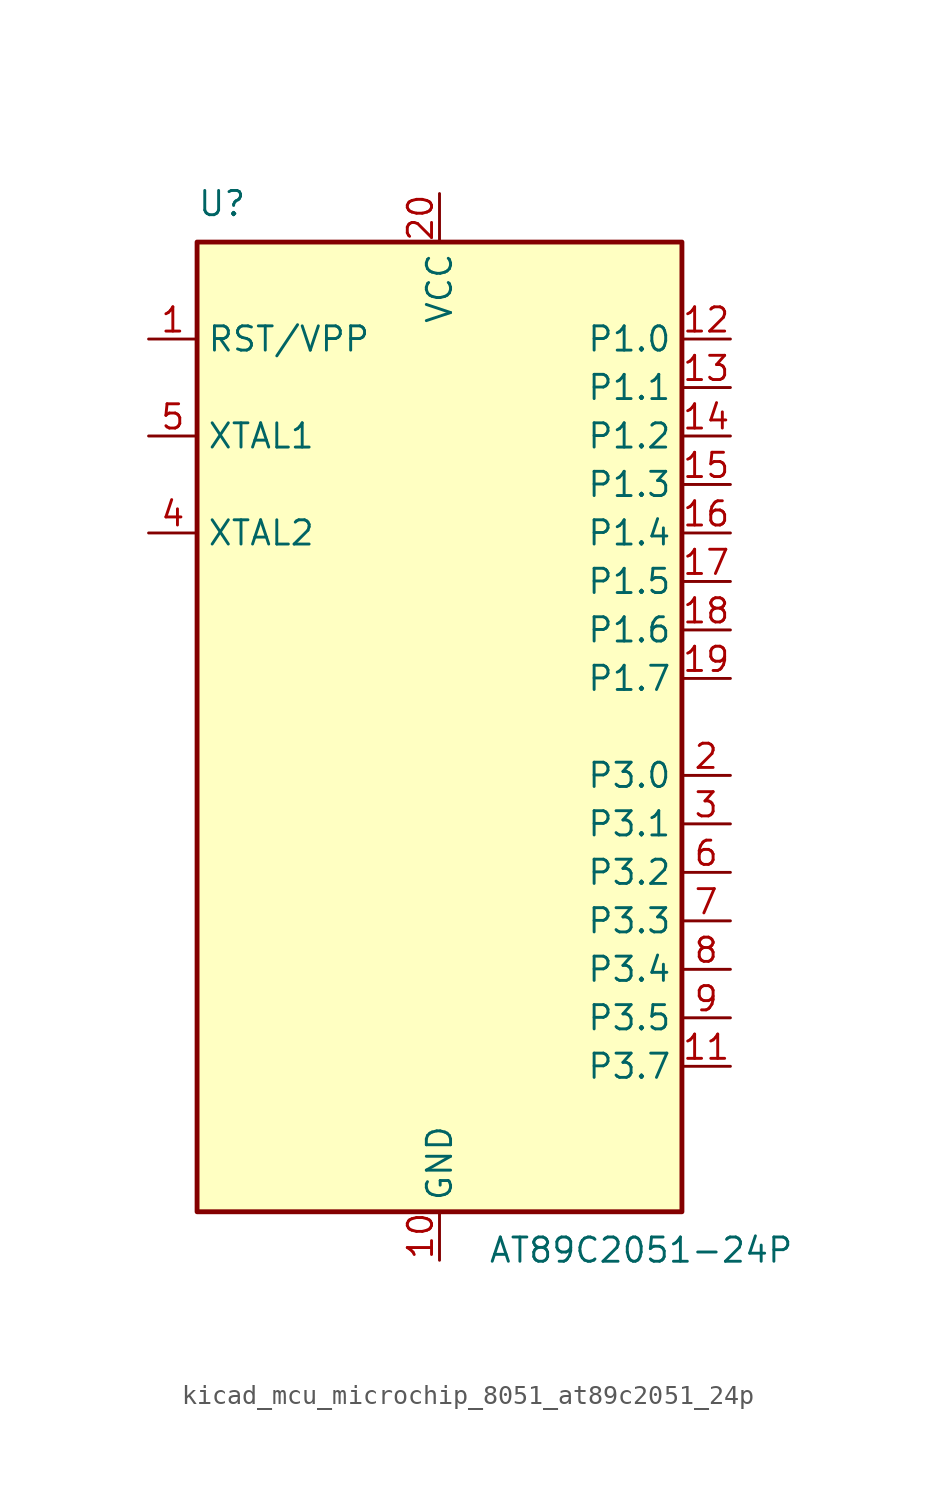
<source format=kicad_sym>
(kicad_symbol_lib
  (version 20220914)
  (generator kicad_symbol_editor)
  (symbol "kicad_mcu_microchip_8051_at89c2051_24p"
    (property "Reference" "U"
      (at -12.7 26.67 0)
      (effects (font (size 1.27 1.27)) (justify left bottom)))
    (property "Value" "AT89C2051-24P"
      (at 2.54 -26.67 0)
      (effects (font (size 1.27 1.27)) (justify left top)))
    (symbol "kicad_mcu_microchip_8051_at89c2051_24p_0_1"
      (rectangle (start -12.7 -25.4) (end 12.7 25.4) (stroke (width 0.254) (type default)) (fill (type background))))
    (symbol "kicad_mcu_microchip_8051_at89c2051_24p_1_1"
      (pin input line (at -15.24 20.32 0) (length 2.54) (name "RST/VPP" (effects (font (size 1.27 1.27)))) (number "1" (effects (font (size 1.27 1.27)))))
      (pin power_in line (at 0 -27.94 90) (length 2.54) (name "GND" (effects (font (size 1.27 1.27)))) (number "10" (effects (font (size 1.27 1.27)))))
      (pin bidirectional line (at 15.24 -17.78 180) (length 2.54) (name "P3.7" (effects (font (size 1.27 1.27)))) (number "11" (effects (font (size 1.27 1.27)))))
      (pin bidirectional line (at 15.24 20.32 180) (length 2.54) (name "P1.0" (effects (font (size 1.27 1.27)))) (number "12" (effects (font (size 1.27 1.27)))))
      (pin bidirectional line (at 15.24 17.78 180) (length 2.54) (name "P1.1" (effects (font (size 1.27 1.27)))) (number "13" (effects (font (size 1.27 1.27)))))
      (pin bidirectional line (at 15.24 15.24 180) (length 2.54) (name "P1.2" (effects (font (size 1.27 1.27)))) (number "14" (effects (font (size 1.27 1.27)))))
      (pin bidirectional line (at 15.24 12.7 180) (length 2.54) (name "P1.3" (effects (font (size 1.27 1.27)))) (number "15" (effects (font (size 1.27 1.27)))))
      (pin bidirectional line (at 15.24 10.16 180) (length 2.54) (name "P1.4" (effects (font (size 1.27 1.27)))) (number "16" (effects (font (size 1.27 1.27)))))
      (pin bidirectional line (at 15.24 7.62 180) (length 2.54) (name "P1.5" (effects (font (size 1.27 1.27)))) (number "17" (effects (font (size 1.27 1.27)))))
      (pin bidirectional line (at 15.24 5.08 180) (length 2.54) (name "P1.6" (effects (font (size 1.27 1.27)))) (number "18" (effects (font (size 1.27 1.27)))))
      (pin bidirectional line (at 15.24 2.54 180) (length 2.54) (name "P1.7" (effects (font (size 1.27 1.27)))) (number "19" (effects (font (size 1.27 1.27)))))
      (pin bidirectional line (at 15.24 -2.54 180) (length 2.54) (name "P3.0" (effects (font (size 1.27 1.27)))) (number "2" (effects (font (size 1.27 1.27)))))
      (pin power_in line (at 0 27.94 270) (length 2.54) (name "VCC" (effects (font (size 1.27 1.27)))) (number "20" (effects (font (size 1.27 1.27)))))
      (pin bidirectional line (at 15.24 -5.08 180) (length 2.54) (name "P3.1" (effects (font (size 1.27 1.27)))) (number "3" (effects (font (size 1.27 1.27)))))
      (pin output line (at -15.24 10.16 0) (length 2.54) (name "XTAL2" (effects (font (size 1.27 1.27)))) (number "4" (effects (font (size 1.27 1.27)))))
      (pin input line (at -15.24 15.24 0) (length 2.54) (name "XTAL1" (effects (font (size 1.27 1.27)))) (number "5" (effects (font (size 1.27 1.27)))))
      (pin bidirectional line (at 15.24 -7.62 180) (length 2.54) (name "P3.2" (effects (font (size 1.27 1.27)))) (number "6" (effects (font (size 1.27 1.27)))))
      (pin bidirectional line (at 15.24 -10.16 180) (length 2.54) (name "P3.3" (effects (font (size 1.27 1.27)))) (number "7" (effects (font (size 1.27 1.27)))))
      (pin bidirectional line (at 15.24 -12.7 180) (length 2.54) (name "P3.4" (effects (font (size 1.27 1.27)))) (number "8" (effects (font (size 1.27 1.27)))))
      (pin bidirectional line (at 15.24 -15.24 180) (length 2.54) (name "P3.5" (effects (font (size 1.27 1.27)))) (number "9" (effects (font (size 1.27 1.27))))))))
</source>
